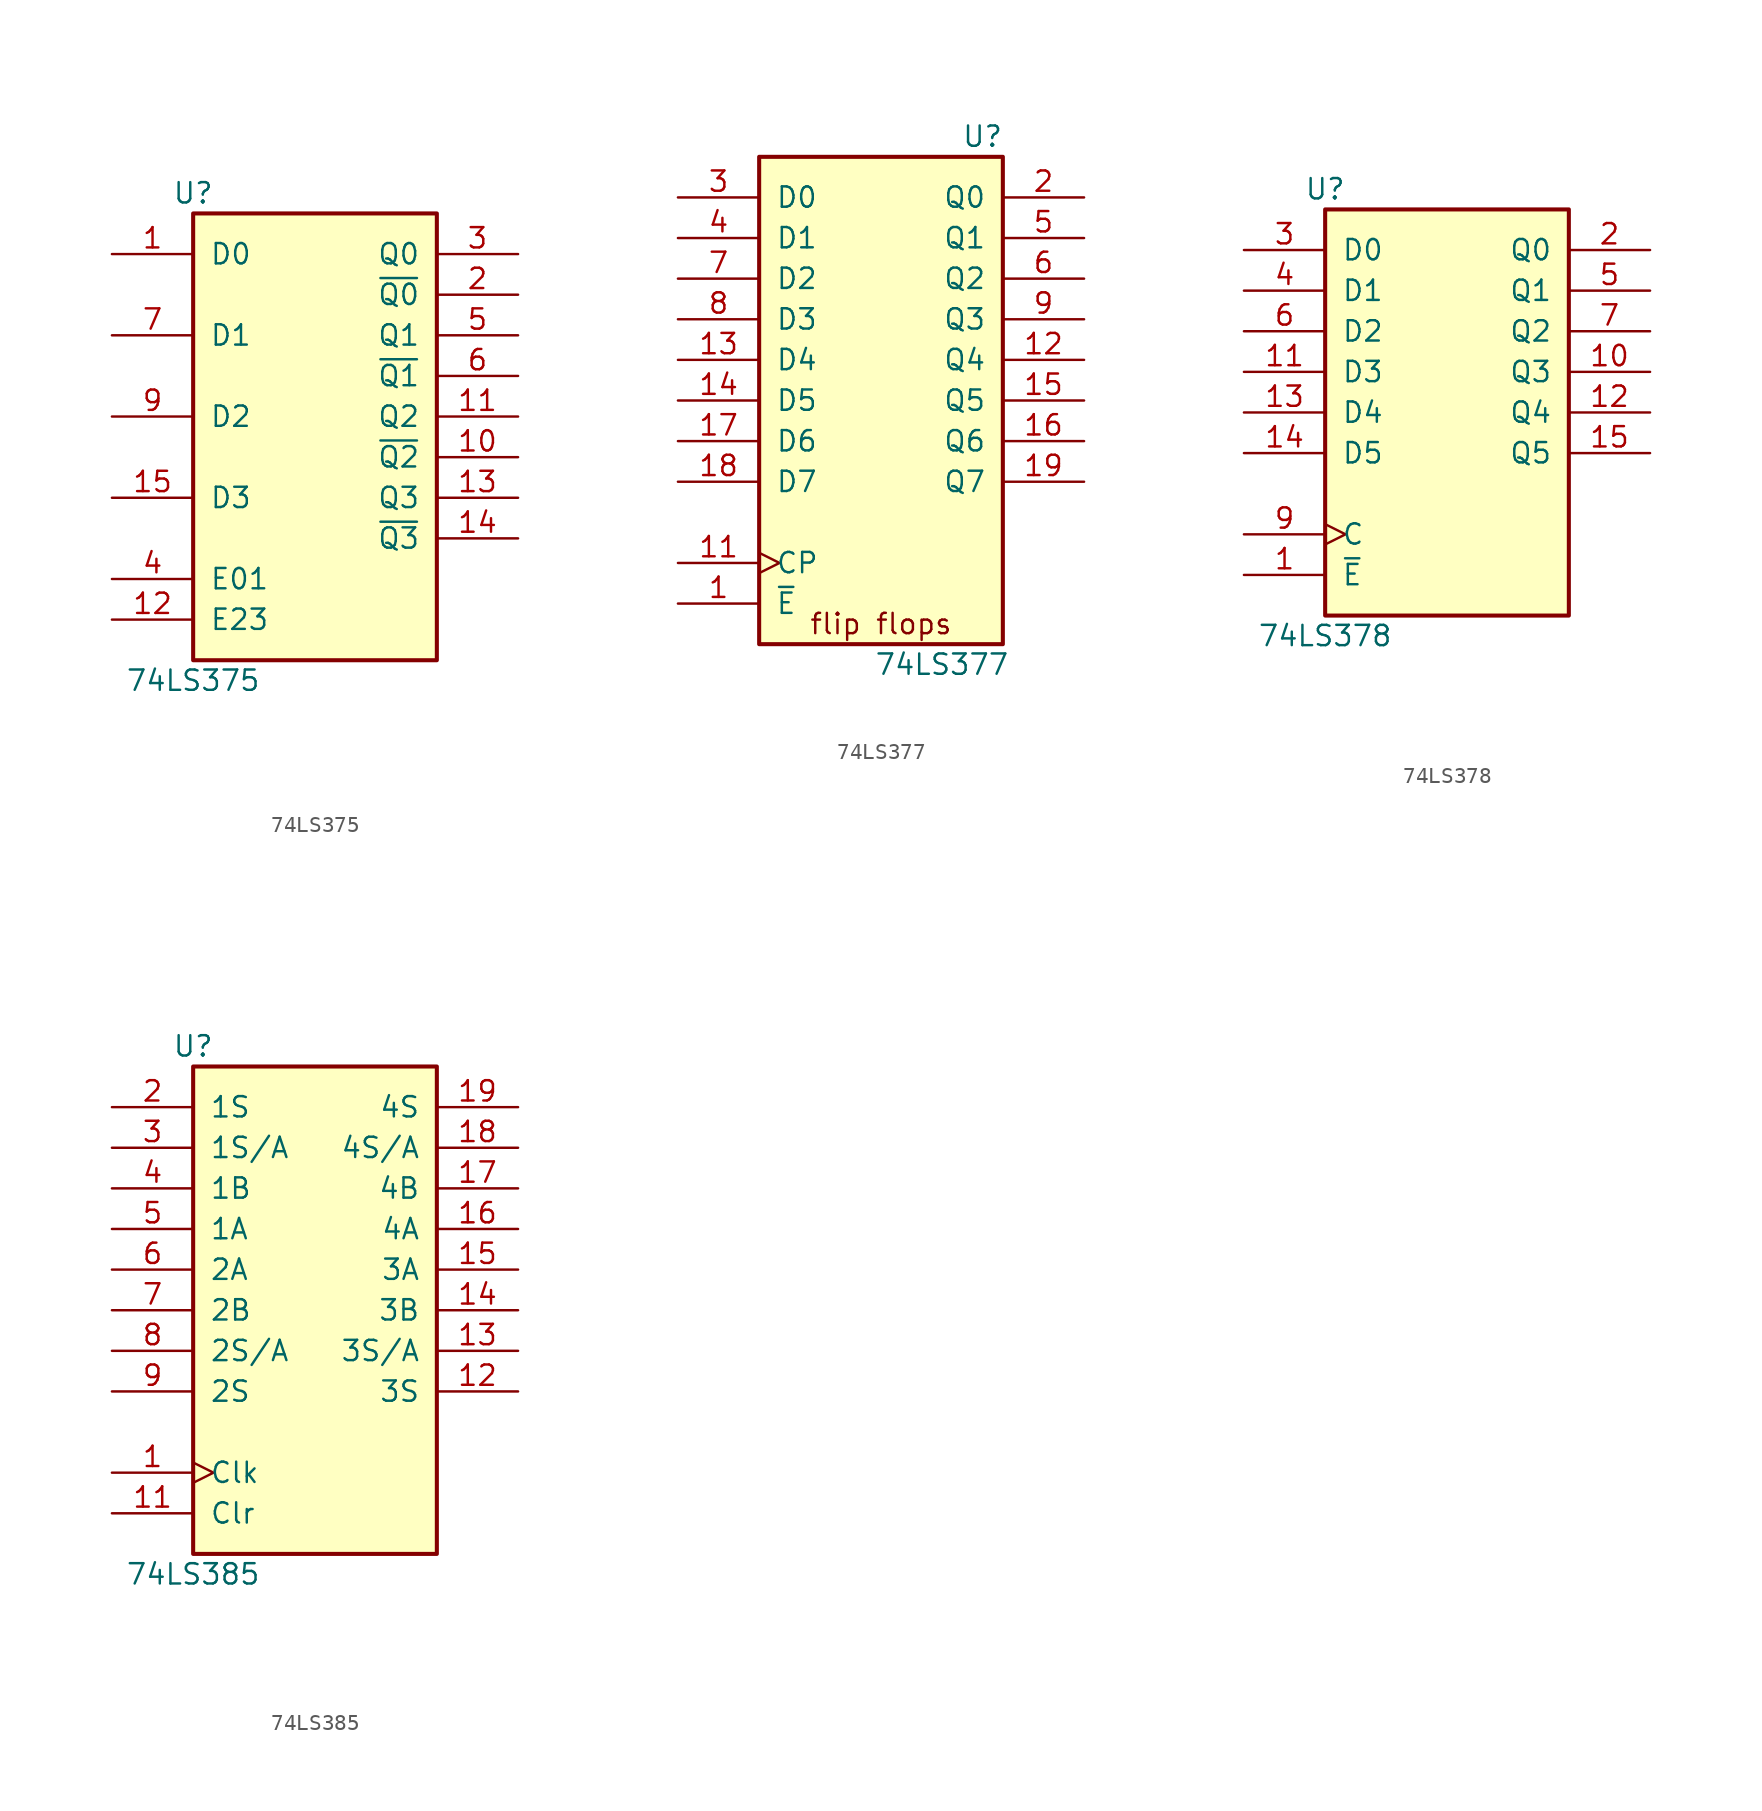
<source format=kicad_sym>
(kicad_symbol_lib
  (version 20211014)
  (generator kicad_symbol_editor)
  (symbol "74LS375"
    (pin_names
      (offset 1.016))
    (property "Reference" "U"
      (at -7.62 13.97 0)
      (effects (font (size 1.27 1.27))))
    (property "Value" "74LS375"
      (at -7.62 -16.51 0)
      (effects (font (size 1.27 1.27))))
    (property "ki_locked" ""
      (at 0 0 0)
      (effects (font (size 1.27 1.27))))
    (symbol "74LS375_1_0"
      (pin input line (at -12.7 10.16 0) (length 5.08) (name "D0" (effects (font (size 1.27 1.27)))) (number "1" (effects (font (size 1.27 1.27)))))
      (pin output line (at 12.7 -2.54 180) (length 5.08) (name "~{Q2}" (effects (font (size 1.27 1.27)))) (number "10" (effects (font (size 1.27 1.27)))))
      (pin output line (at 12.7 0 180) (length 5.08) (name "Q2" (effects (font (size 1.27 1.27)))) (number "11" (effects (font (size 1.27 1.27)))))
      (pin input line (at -12.7 -12.7 0) (length 5.08) (name "E23" (effects (font (size 1.27 1.27)))) (number "12" (effects (font (size 1.27 1.27)))))
      (pin output line (at 12.7 -5.08 180) (length 5.08) (name "Q3" (effects (font (size 1.27 1.27)))) (number "13" (effects (font (size 1.27 1.27)))))
      (pin output line (at 12.7 -7.62 180) (length 5.08) (name "~{Q3}" (effects (font (size 1.27 1.27)))) (number "14" (effects (font (size 1.27 1.27)))))
      (pin input line (at -12.7 -5.08 0) (length 5.08) (name "D3" (effects (font (size 1.27 1.27)))) (number "15" (effects (font (size 1.27 1.27)))))
      (pin input line (at 0 17.78 270) (length 5.08) hide (name "VCC" (effects (font (size 1.27 1.27)))) (number "16" (effects (font (size 1.27 1.27)))))
      (pin output line (at 12.7 7.62 180) (length 5.08) (name "~{Q0}" (effects (font (size 1.27 1.27)))) (number "2" (effects (font (size 1.27 1.27)))))
      (pin output line (at 12.7 10.16 180) (length 5.08) (name "Q0" (effects (font (size 1.27 1.27)))) (number "3" (effects (font (size 1.27 1.27)))))
      (pin input line (at -12.7 -10.16 0) (length 5.08) (name "E01" (effects (font (size 1.27 1.27)))) (number "4" (effects (font (size 1.27 1.27)))))
      (pin output line (at 12.7 5.08 180) (length 5.08) (name "Q1" (effects (font (size 1.27 1.27)))) (number "5" (effects (font (size 1.27 1.27)))))
      (pin output line (at 12.7 2.54 180) (length 5.08) (name "~{Q1}" (effects (font (size 1.27 1.27)))) (number "6" (effects (font (size 1.27 1.27)))))
      (pin input line (at -12.7 5.08 0) (length 5.08) (name "D1" (effects (font (size 1.27 1.27)))) (number "7" (effects (font (size 1.27 1.27)))))
      (pin input line (at 0 -20.32 90) (length 5.08) hide (name "GND" (effects (font (size 1.27 1.27)))) (number "8" (effects (font (size 1.27 1.27)))))
      (pin input line (at -12.7 0 0) (length 5.08) (name "D2" (effects (font (size 1.27 1.27)))) (number "9" (effects (font (size 1.27 1.27))))))
    (symbol "74LS375_1_1"
      (rectangle (start -7.62 12.7) (end 7.62 -15.24) (stroke (width 0.254) (type default) (color 0 0 0 0)) (fill (type background)))))
  (symbol "74LS377"
    (pin_names
      (offset 1.016))
    (property "Reference" "U"
      (at 6.35 16.51 0)
      (effects (font (size 1.27 1.27))))
    (property "Value" "74LS377"
      (at 3.81 -16.51 0)
      (effects (font (size 1.27 1.27))))
    (property "ki_locked" ""
      (at 0 0 0)
      (effects (font (size 1.27 1.27))))
    (symbol "74LS377_0_0"
      (text "flip flops" (at 0 -13.97 0) (effects (font (size 1.27 1.27)))))
    (symbol "74LS377_1_0"
      (pin input line (at -12.7 -12.7 0) (length 5.08) (name "~{E}" (effects (font (size 1.27 1.27)))) (number "1" (effects (font (size 1.27 1.27)))))
      (pin input clock (at -12.7 -10.16 0) (length 5.08) (name "CP" (effects (font (size 1.27 1.27)))) (number "11" (effects (font (size 1.27 1.27)))))
      (pin output line (at 12.7 2.54 180) (length 5.08) (name "Q4" (effects (font (size 1.27 1.27)))) (number "12" (effects (font (size 1.27 1.27)))))
      (pin input line (at -12.7 2.54 0) (length 5.08) (name "D4" (effects (font (size 1.27 1.27)))) (number "13" (effects (font (size 1.27 1.27)))))
      (pin input line (at -12.7 0 0) (length 5.08) (name "D5" (effects (font (size 1.27 1.27)))) (number "14" (effects (font (size 1.27 1.27)))))
      (pin output line (at 12.7 0 180) (length 5.08) (name "Q5" (effects (font (size 1.27 1.27)))) (number "15" (effects (font (size 1.27 1.27)))))
      (pin output line (at 12.7 -2.54 180) (length 5.08) (name "Q6" (effects (font (size 1.27 1.27)))) (number "16" (effects (font (size 1.27 1.27)))))
      (pin input line (at -12.7 -2.54 0) (length 5.08) (name "D6" (effects (font (size 1.27 1.27)))) (number "17" (effects (font (size 1.27 1.27)))))
      (pin input line (at -12.7 -5.08 0) (length 5.08) (name "D7" (effects (font (size 1.27 1.27)))) (number "18" (effects (font (size 1.27 1.27)))))
      (pin output line (at 12.7 -5.08 180) (length 5.08) (name "Q7" (effects (font (size 1.27 1.27)))) (number "19" (effects (font (size 1.27 1.27)))))
      (pin output line (at 12.7 12.7 180) (length 5.08) (name "Q0" (effects (font (size 1.27 1.27)))) (number "2" (effects (font (size 1.27 1.27)))))
      (pin input line (at -12.7 12.7 0) (length 5.08) (name "D0" (effects (font (size 1.27 1.27)))) (number "3" (effects (font (size 1.27 1.27)))))
      (pin input line (at -12.7 10.16 0) (length 5.08) (name "D1" (effects (font (size 1.27 1.27)))) (number "4" (effects (font (size 1.27 1.27)))))
      (pin output line (at 12.7 10.16 180) (length 5.08) (name "Q1" (effects (font (size 1.27 1.27)))) (number "5" (effects (font (size 1.27 1.27)))))
      (pin output line (at 12.7 7.62 180) (length 5.08) (name "Q2" (effects (font (size 1.27 1.27)))) (number "6" (effects (font (size 1.27 1.27)))))
      (pin input line (at -12.7 7.62 0) (length 5.08) (name "D2" (effects (font (size 1.27 1.27)))) (number "7" (effects (font (size 1.27 1.27)))))
      (pin input line (at -12.7 5.08 0) (length 5.08) (name "D3" (effects (font (size 1.27 1.27)))) (number "8" (effects (font (size 1.27 1.27)))))
      (pin output line (at 12.7 5.08 180) (length 5.08) (name "Q3" (effects (font (size 1.27 1.27)))) (number "9" (effects (font (size 1.27 1.27))))))
    (symbol "74LS377_1_1"
      (rectangle (start -7.62 15.24) (end 7.62 -15.24) (stroke (width 0.254) (type default) (color 0 0 0 0)) (fill (type background)))))
  (symbol "74LS378"
    (pin_names
      (offset 1.016))
    (property "Reference" "U"
      (at -7.62 13.97 0)
      (effects (font (size 1.27 1.27))))
    (property "Value" "74LS378"
      (at -7.62 -13.97 0)
      (effects (font (size 1.27 1.27))))
    (property "ki_locked" ""
      (at 0 0 0)
      (effects (font (size 1.27 1.27))))
    (symbol "74LS378_1_0"
      (pin input line (at -12.7 -10.16 0) (length 5.08) (name "~{E}" (effects (font (size 1.27 1.27)))) (number "1" (effects (font (size 1.27 1.27)))))
      (pin output line (at 12.7 2.54 180) (length 5.08) (name "Q3" (effects (font (size 1.27 1.27)))) (number "10" (effects (font (size 1.27 1.27)))))
      (pin input line (at -12.7 2.54 0) (length 5.08) (name "D3" (effects (font (size 1.27 1.27)))) (number "11" (effects (font (size 1.27 1.27)))))
      (pin output line (at 12.7 0 180) (length 5.08) (name "Q4" (effects (font (size 1.27 1.27)))) (number "12" (effects (font (size 1.27 1.27)))))
      (pin input line (at -12.7 0 0) (length 5.08) (name "D4" (effects (font (size 1.27 1.27)))) (number "13" (effects (font (size 1.27 1.27)))))
      (pin input line (at -12.7 -2.54 0) (length 5.08) (name "D5" (effects (font (size 1.27 1.27)))) (number "14" (effects (font (size 1.27 1.27)))))
      (pin output line (at 12.7 -2.54 180) (length 5.08) (name "Q5" (effects (font (size 1.27 1.27)))) (number "15" (effects (font (size 1.27 1.27)))))
      (pin input line (at 0 17.78 270) (length 5.08) hide (name "VCC" (effects (font (size 1.27 1.27)))) (number "16" (effects (font (size 1.27 1.27)))))
      (pin output line (at 12.7 10.16 180) (length 5.08) (name "Q0" (effects (font (size 1.27 1.27)))) (number "2" (effects (font (size 1.27 1.27)))))
      (pin input line (at -12.7 10.16 0) (length 5.08) (name "D0" (effects (font (size 1.27 1.27)))) (number "3" (effects (font (size 1.27 1.27)))))
      (pin input line (at -12.7 7.62 0) (length 5.08) (name "D1" (effects (font (size 1.27 1.27)))) (number "4" (effects (font (size 1.27 1.27)))))
      (pin output line (at 12.7 7.62 180) (length 5.08) (name "Q1" (effects (font (size 1.27 1.27)))) (number "5" (effects (font (size 1.27 1.27)))))
      (pin input line (at -12.7 5.08 0) (length 5.08) (name "D2" (effects (font (size 1.27 1.27)))) (number "6" (effects (font (size 1.27 1.27)))))
      (pin output line (at 12.7 5.08 180) (length 5.08) (name "Q2" (effects (font (size 1.27 1.27)))) (number "7" (effects (font (size 1.27 1.27)))))
      (pin input line (at 0 -17.78 90) (length 5.08) hide (name "GND" (effects (font (size 1.27 1.27)))) (number "8" (effects (font (size 1.27 1.27)))))
      (pin input clock (at -12.7 -7.62 0) (length 5.08) (name "C" (effects (font (size 1.27 1.27)))) (number "9" (effects (font (size 1.27 1.27))))))
    (symbol "74LS378_1_1"
      (rectangle (start -7.62 12.7) (end 7.62 -12.7) (stroke (width 0.254) (type default) (color 0 0 0 0)) (fill (type background)))))
  (symbol "74LS385"
    (pin_names
      (offset 1.016))
    (property "Reference" "U"
      (at -7.62 16.51 0)
      (effects (font (size 1.27 1.27))))
    (property "Value" "74LS385"
      (at -7.62 -16.51 0)
      (effects (font (size 1.27 1.27))))
    (property "ki_locked" ""
      (at 0 0 0)
      (effects (font (size 1.27 1.27))))
    (symbol "74LS385_1_0"
      (pin input clock (at -12.7 -10.16 0) (length 5.08) (name "Clk" (effects (font (size 1.27 1.27)))) (number "1" (effects (font (size 1.27 1.27)))))
      (pin input line (at 0 -20.32 90) (length 5.08) hide (name "GND" (effects (font (size 1.27 1.27)))) (number "10" (effects (font (size 1.27 1.27)))))
      (pin input line (at -12.7 -12.7 0) (length 5.08) (name "Clr" (effects (font (size 1.27 1.27)))) (number "11" (effects (font (size 1.27 1.27)))))
      (pin output line (at 12.7 -5.08 180) (length 5.08) (name "3S" (effects (font (size 1.27 1.27)))) (number "12" (effects (font (size 1.27 1.27)))))
      (pin output line (at 12.7 -2.54 180) (length 5.08) (name "3S/A" (effects (font (size 1.27 1.27)))) (number "13" (effects (font (size 1.27 1.27)))))
      (pin output line (at 12.7 0 180) (length 5.08) (name "3B" (effects (font (size 1.27 1.27)))) (number "14" (effects (font (size 1.27 1.27)))))
      (pin output line (at 12.7 2.54 180) (length 5.08) (name "3A" (effects (font (size 1.27 1.27)))) (number "15" (effects (font (size 1.27 1.27)))))
      (pin output line (at 12.7 5.08 180) (length 5.08) (name "4A" (effects (font (size 1.27 1.27)))) (number "16" (effects (font (size 1.27 1.27)))))
      (pin output line (at 12.7 7.62 180) (length 5.08) (name "4B" (effects (font (size 1.27 1.27)))) (number "17" (effects (font (size 1.27 1.27)))))
      (pin output line (at 12.7 10.16 180) (length 5.08) (name "4S/A" (effects (font (size 1.27 1.27)))) (number "18" (effects (font (size 1.27 1.27)))))
      (pin output line (at 12.7 12.7 180) (length 5.08) (name "4S" (effects (font (size 1.27 1.27)))) (number "19" (effects (font (size 1.27 1.27)))))
      (pin input line (at -12.7 12.7 0) (length 5.08) (name "1S" (effects (font (size 1.27 1.27)))) (number "2" (effects (font (size 1.27 1.27)))))
      (pin input line (at 0 20.32 270) (length 5.08) hide (name "VCC" (effects (font (size 1.27 1.27)))) (number "20" (effects (font (size 1.27 1.27)))))
      (pin input line (at -12.7 10.16 0) (length 5.08) (name "1S/A" (effects (font (size 1.27 1.27)))) (number "3" (effects (font (size 1.27 1.27)))))
      (pin input line (at -12.7 7.62 0) (length 5.08) (name "1B" (effects (font (size 1.27 1.27)))) (number "4" (effects (font (size 1.27 1.27)))))
      (pin input line (at -12.7 5.08 0) (length 5.08) (name "1A" (effects (font (size 1.27 1.27)))) (number "5" (effects (font (size 1.27 1.27)))))
      (pin input line (at -12.7 2.54 0) (length 5.08) (name "2A" (effects (font (size 1.27 1.27)))) (number "6" (effects (font (size 1.27 1.27)))))
      (pin input line (at -12.7 0 0) (length 5.08) (name "2B" (effects (font (size 1.27 1.27)))) (number "7" (effects (font (size 1.27 1.27)))))
      (pin input line (at -12.7 -2.54 0) (length 5.08) (name "2S/A" (effects (font (size 1.27 1.27)))) (number "8" (effects (font (size 1.27 1.27)))))
      (pin input line (at -12.7 -5.08 0) (length 5.08) (name "2S" (effects (font (size 1.27 1.27)))) (number "9" (effects (font (size 1.27 1.27))))))
    (symbol "74LS385_1_1"
      (rectangle (start -7.62 15.24) (end 7.62 -15.24) (stroke (width 0.254) (type default) (color 0 0 0 0)) (fill (type background))))))
</source>
